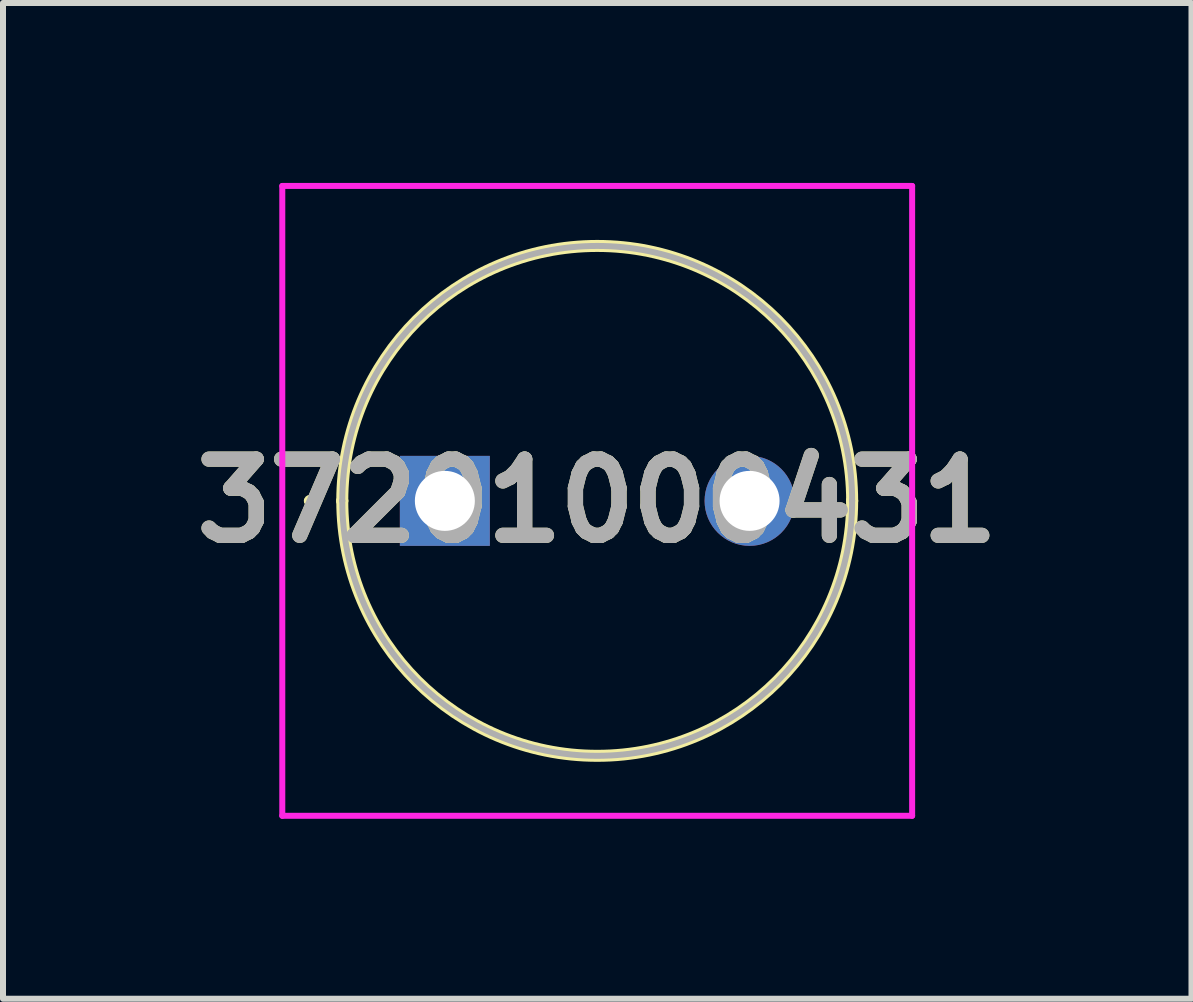
<source format=kicad_pcb>
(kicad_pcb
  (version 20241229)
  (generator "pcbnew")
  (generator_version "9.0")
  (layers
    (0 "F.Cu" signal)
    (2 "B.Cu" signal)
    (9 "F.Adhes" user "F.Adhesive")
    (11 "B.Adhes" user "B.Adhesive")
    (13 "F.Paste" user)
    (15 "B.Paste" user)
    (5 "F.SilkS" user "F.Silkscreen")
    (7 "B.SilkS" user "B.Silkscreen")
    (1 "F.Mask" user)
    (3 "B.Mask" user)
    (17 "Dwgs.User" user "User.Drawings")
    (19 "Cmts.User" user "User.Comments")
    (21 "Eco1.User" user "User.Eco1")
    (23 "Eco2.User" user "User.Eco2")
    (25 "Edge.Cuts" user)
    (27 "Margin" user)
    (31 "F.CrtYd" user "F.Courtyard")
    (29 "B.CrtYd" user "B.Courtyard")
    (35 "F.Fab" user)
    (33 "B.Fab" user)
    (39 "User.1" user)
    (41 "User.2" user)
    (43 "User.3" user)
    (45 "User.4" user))
  (footprint "37201000431"
    (layer "F.Cu")
    (at 4.366 5.3)
    (property "Reference" "37201000431" (at 2.54 0 0) (layer "F.SilkS") (effects (font (size 1.27 1.27) (thickness 0.254))))
    (attr through_hole)
    (fp_line (start -2.3 0) (end -2.3 0) (stroke (width 0.1) (type solid)) (layer "F.SilkS"))
    (fp_line (start -2.2 0) (end -2.2 0) (stroke (width 0.1) (type solid)) (layer "F.SilkS"))
    (fp_line (start -1.71 0) (end -1.71 0) (stroke (width 0.2) (type solid)) (layer "F.SilkS"))
    (fp_line (start 6.79 0) (end 6.79 0) (stroke (width 0.2) (type solid)) (layer "F.SilkS"))
    (fp_arc (start -2.3 0) (mid -2.25 -0.05) (end -2.2 0) (stroke (width 0.1) (type solid)) (layer "F.SilkS"))
    (fp_arc (start -2.2 0) (mid -2.25 0.05) (end -2.3 0) (stroke (width 0.1) (type solid)) (layer "F.SilkS"))
    (fp_arc (start -1.71 0) (mid 2.54 -4.25) (end 6.79 0) (stroke (width 0.2) (type solid)) (layer "F.SilkS"))
    (fp_arc (start 6.79 0) (mid 2.54 4.25) (end -1.71 0) (stroke (width 0.2) (type solid)) (layer "F.SilkS"))
    (fp_line (start -2.71 -5.25) (end 7.79 -5.25) (stroke (width 0.1) (type solid)) (layer "F.CrtYd"))
    (fp_line (start -2.71 5.25) (end -2.71 -5.25) (stroke (width 0.1) (type solid)) (layer "F.CrtYd"))
    (fp_line (start 7.79 -5.25) (end 7.79 5.25) (stroke (width 0.1) (type solid)) (layer "F.CrtYd"))
    (fp_line (start 7.79 5.25) (end -2.71 5.25) (stroke (width 0.1) (type solid)) (layer "F.CrtYd"))
    (fp_line (start -1.71 0) (end -1.71 0) (stroke (width 0.1) (type solid)) (layer "F.Fab"))
    (fp_line (start 6.79 0) (end 6.79 0) (stroke (width 0.1) (type solid)) (layer "F.Fab"))
    (fp_arc (start -1.71 0) (mid 2.54 -4.25) (end 6.79 0) (stroke (width 0.1) (type solid)) (layer "F.Fab"))
    (fp_arc (start 6.79 0) (mid 2.54 4.25) (end -1.71 0) (stroke (width 0.1) (type solid)) (layer "F.Fab"))
    (fp_text user "${REFERENCE}" (at 2.54 0 0) (layer "F.Fab") (effects (font (size 1.27 1.27) (thickness 0.254))))
    (pad "1" thru_hole rect (at 0 0) (size 1.5 1.5) (drill 1) (layers "*.Cu" "*.Mask"))
    (pad "2" thru_hole circle (at 5.08 0) (size 1.5 1.5) (drill 1) (layers "*.Cu" "*.Mask")))
  (gr_rect
    (start -3 -3)
    (end 16.813 13.6)
    (stroke (width 0.1) (type default))
    (fill no)
    (layer "Edge.Cuts")))
</source>
